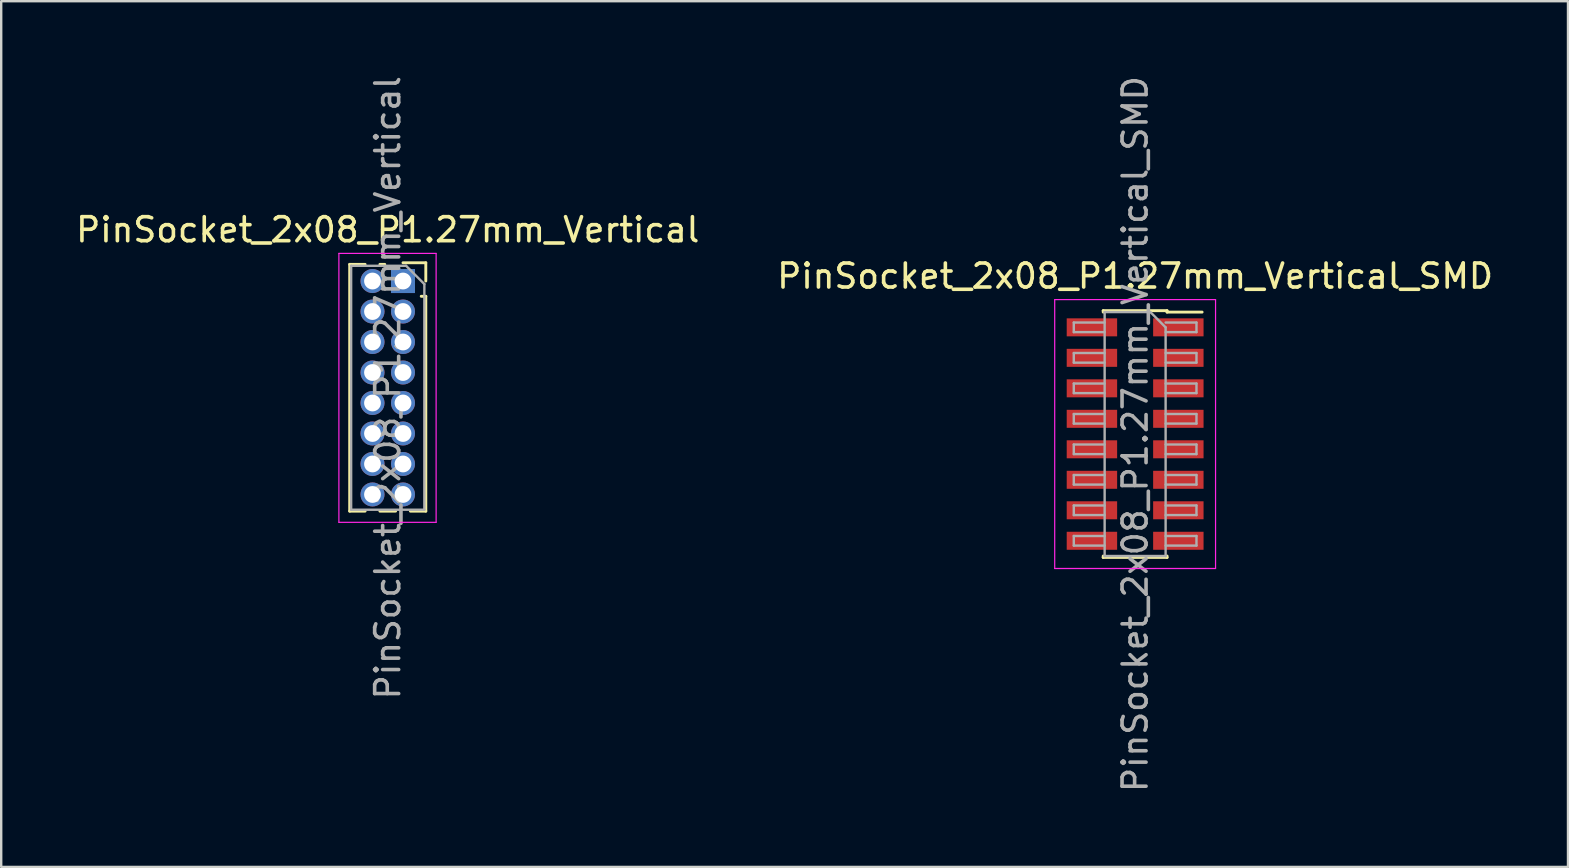
<source format=kicad_pcb>
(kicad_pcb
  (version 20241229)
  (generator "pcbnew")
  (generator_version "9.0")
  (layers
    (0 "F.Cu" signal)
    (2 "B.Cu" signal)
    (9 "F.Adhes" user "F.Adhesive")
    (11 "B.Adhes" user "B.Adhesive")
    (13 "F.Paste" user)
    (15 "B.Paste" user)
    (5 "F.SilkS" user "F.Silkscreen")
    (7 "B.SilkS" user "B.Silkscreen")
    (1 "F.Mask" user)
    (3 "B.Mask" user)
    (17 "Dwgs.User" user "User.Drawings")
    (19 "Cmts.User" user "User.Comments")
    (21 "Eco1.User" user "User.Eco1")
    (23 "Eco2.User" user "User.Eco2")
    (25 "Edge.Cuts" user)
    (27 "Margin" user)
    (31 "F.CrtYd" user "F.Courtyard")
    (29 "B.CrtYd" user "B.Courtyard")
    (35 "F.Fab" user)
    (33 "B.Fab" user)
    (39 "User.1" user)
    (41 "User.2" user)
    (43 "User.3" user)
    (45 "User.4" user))
  (footprint "PinSocket_2x08_P1.27mm_Vertical_SMD"
    (layer "F.Cu")
    (at 44.232 15.03)
    (property "Reference" "PinSocket_2x08_P1.27mm_Vertical_SMD" (at 0 -6.58 0) (layer "F.SilkS") (effects (font (size 1 1) (thickness 0.15))))
    (attr smd)
    (fp_line (start -1.33 -5.14) (end -1.33 -5.08) (stroke (width 0.12) (type solid)) (layer "F.SilkS"))
    (fp_line (start -1.33 -5.14) (end 1.33 -5.14) (stroke (width 0.12) (type solid)) (layer "F.SilkS"))
    (fp_line (start -1.33 5.08) (end -1.33 5.14) (stroke (width 0.12) (type solid)) (layer "F.SilkS"))
    (fp_line (start -1.33 5.14) (end 1.33 5.14) (stroke (width 0.12) (type solid)) (layer "F.SilkS"))
    (fp_line (start 1.33 -5.14) (end 1.33 -5.08) (stroke (width 0.12) (type solid)) (layer "F.SilkS"))
    (fp_line (start 1.33 -5.08) (end 2.79 -5.08) (stroke (width 0.12) (type solid)) (layer "F.SilkS"))
    (fp_line (start 1.33 5.08) (end 1.33 5.14) (stroke (width 0.12) (type solid)) (layer "F.SilkS"))
    (fp_line (start -3.35 -5.6) (end 3.35 -5.6) (stroke (width 0.05) (type solid)) (layer "F.CrtYd"))
    (fp_line (start -3.35 5.6) (end -3.35 -5.6) (stroke (width 0.05) (type solid)) (layer "F.CrtYd"))
    (fp_line (start 3.35 -5.6) (end 3.35 5.6) (stroke (width 0.05) (type solid)) (layer "F.CrtYd"))
    (fp_line (start 3.35 5.6) (end -3.35 5.6) (stroke (width 0.05) (type solid)) (layer "F.CrtYd"))
    (fp_line (start -2.555 -4.645) (end -1.27 -4.645) (stroke (width 0.1) (type solid)) (layer "F.Fab"))
    (fp_line (start -2.555 -4.245) (end -2.555 -4.645) (stroke (width 0.1) (type solid)) (layer "F.Fab"))
    (fp_line (start -2.555 -3.375) (end -1.27 -3.375) (stroke (width 0.1) (type solid)) (layer "F.Fab"))
    (fp_line (start -2.555 -2.975) (end -2.555 -3.375) (stroke (width 0.1) (type solid)) (layer "F.Fab"))
    (fp_line (start -2.555 -2.105) (end -1.27 -2.105) (stroke (width 0.1) (type solid)) (layer "F.Fab"))
    (fp_line (start -2.555 -1.705) (end -2.555 -2.105) (stroke (width 0.1) (type solid)) (layer "F.Fab"))
    (fp_line (start -2.555 -0.835) (end -1.27 -0.835) (stroke (width 0.1) (type solid)) (layer "F.Fab"))
    (fp_line (start -2.555 -0.435) (end -2.555 -0.835) (stroke (width 0.1) (type solid)) (layer "F.Fab"))
    (fp_line (start -2.555 0.435) (end -1.27 0.435) (stroke (width 0.1) (type solid)) (layer "F.Fab"))
    (fp_line (start -2.555 0.835) (end -2.555 0.435) (stroke (width 0.1) (type solid)) (layer "F.Fab"))
    (fp_line (start -2.555 1.705) (end -1.27 1.705) (stroke (width 0.1) (type solid)) (layer "F.Fab"))
    (fp_line (start -2.555 2.105) (end -2.555 1.705) (stroke (width 0.1) (type solid)) (layer "F.Fab"))
    (fp_line (start -2.555 2.975) (end -1.27 2.975) (stroke (width 0.1) (type solid)) (layer "F.Fab"))
    (fp_line (start -2.555 3.375) (end -2.555 2.975) (stroke (width 0.1) (type solid)) (layer "F.Fab"))
    (fp_line (start -2.555 4.245) (end -1.27 4.245) (stroke (width 0.1) (type solid)) (layer "F.Fab"))
    (fp_line (start -2.555 4.645) (end -2.555 4.245) (stroke (width 0.1) (type solid)) (layer "F.Fab"))
    (fp_line (start -1.27 -5.08) (end 0.635 -5.08) (stroke (width 0.1) (type solid)) (layer "F.Fab"))
    (fp_line (start -1.27 -4.245) (end -2.555 -4.245) (stroke (width 0.1) (type solid)) (layer "F.Fab"))
    (fp_line (start -1.27 -2.975) (end -2.555 -2.975) (stroke (width 0.1) (type solid)) (layer "F.Fab"))
    (fp_line (start -1.27 -1.705) (end -2.555 -1.705) (stroke (width 0.1) (type solid)) (layer "F.Fab"))
    (fp_line (start -1.27 -0.435) (end -2.555 -0.435) (stroke (width 0.1) (type solid)) (layer "F.Fab"))
    (fp_line (start -1.27 0.835) (end -2.555 0.835) (stroke (width 0.1) (type solid)) (layer "F.Fab"))
    (fp_line (start -1.27 2.105) (end -2.555 2.105) (stroke (width 0.1) (type solid)) (layer "F.Fab"))
    (fp_line (start -1.27 3.375) (end -2.555 3.375) (stroke (width 0.1) (type solid)) (layer "F.Fab"))
    (fp_line (start -1.27 4.645) (end -2.555 4.645) (stroke (width 0.1) (type solid)) (layer "F.Fab"))
    (fp_line (start -1.27 5.08) (end -1.27 -5.08) (stroke (width 0.1) (type solid)) (layer "F.Fab"))
    (fp_line (start 0.635 -5.08) (end 1.27 -4.445) (stroke (width 0.1) (type solid)) (layer "F.Fab"))
    (fp_line (start 1.27 -4.645) (end 2.555 -4.645) (stroke (width 0.1) (type solid)) (layer "F.Fab"))
    (fp_line (start 1.27 -4.445) (end 1.27 5.08) (stroke (width 0.1) (type solid)) (layer "F.Fab"))
    (fp_line (start 1.27 -3.375) (end 2.555 -3.375) (stroke (width 0.1) (type solid)) (layer "F.Fab"))
    (fp_line (start 1.27 -2.105) (end 2.555 -2.105) (stroke (width 0.1) (type solid)) (layer "F.Fab"))
    (fp_line (start 1.27 -0.835) (end 2.555 -0.835) (stroke (width 0.1) (type solid)) (layer "F.Fab"))
    (fp_line (start 1.27 0.435) (end 2.555 0.435) (stroke (width 0.1) (type solid)) (layer "F.Fab"))
    (fp_line (start 1.27 1.705) (end 2.555 1.705) (stroke (width 0.1) (type solid)) (layer "F.Fab"))
    (fp_line (start 1.27 2.975) (end 2.555 2.975) (stroke (width 0.1) (type solid)) (layer "F.Fab"))
    (fp_line (start 1.27 4.245) (end 2.555 4.245) (stroke (width 0.1) (type solid)) (layer "F.Fab"))
    (fp_line (start 1.27 5.08) (end -1.27 5.08) (stroke (width 0.1) (type solid)) (layer "F.Fab"))
    (fp_line (start 2.555 -4.645) (end 2.555 -4.245) (stroke (width 0.1) (type solid)) (layer "F.Fab"))
    (fp_line (start 2.555 -4.245) (end 1.27 -4.245) (stroke (width 0.1) (type solid)) (layer "F.Fab"))
    (fp_line (start 2.555 -3.375) (end 2.555 -2.975) (stroke (width 0.1) (type solid)) (layer "F.Fab"))
    (fp_line (start 2.555 -2.975) (end 1.27 -2.975) (stroke (width 0.1) (type solid)) (layer "F.Fab"))
    (fp_line (start 2.555 -2.105) (end 2.555 -1.705) (stroke (width 0.1) (type solid)) (layer "F.Fab"))
    (fp_line (start 2.555 -1.705) (end 1.27 -1.705) (stroke (width 0.1) (type solid)) (layer "F.Fab"))
    (fp_line (start 2.555 -0.835) (end 2.555 -0.435) (stroke (width 0.1) (type solid)) (layer "F.Fab"))
    (fp_line (start 2.555 -0.435) (end 1.27 -0.435) (stroke (width 0.1) (type solid)) (layer "F.Fab"))
    (fp_line (start 2.555 0.435) (end 2.555 0.835) (stroke (width 0.1) (type solid)) (layer "F.Fab"))
    (fp_line (start 2.555 0.835) (end 1.27 0.835) (stroke (width 0.1) (type solid)) (layer "F.Fab"))
    (fp_line (start 2.555 1.705) (end 2.555 2.105) (stroke (width 0.1) (type solid)) (layer "F.Fab"))
    (fp_line (start 2.555 2.105) (end 1.27 2.105) (stroke (width 0.1) (type solid)) (layer "F.Fab"))
    (fp_line (start 2.555 2.975) (end 2.555 3.375) (stroke (width 0.1) (type solid)) (layer "F.Fab"))
    (fp_line (start 2.555 3.375) (end 1.27 3.375) (stroke (width 0.1) (type solid)) (layer "F.Fab"))
    (fp_line (start 2.555 4.245) (end 2.555 4.645) (stroke (width 0.1) (type solid)) (layer "F.Fab"))
    (fp_line (start 2.555 4.645) (end 1.27 4.645) (stroke (width 0.1) (type solid)) (layer "F.Fab"))
    (fp_text user "${REFERENCE}" (at 0 0 90) (layer "F.Fab") (effects (font (size 1 1) (thickness 0.15))))
    (pad "1" smd rect (at 1.8 -4.445) (size 2.1 0.75) (layers "F.Cu" "F.Mask" "F.Paste"))
    (pad "2" smd rect (at -1.8 -4.445) (size 2.1 0.75) (layers "F.Cu" "F.Mask" "F.Paste"))
    (pad "3" smd rect (at 1.8 -3.175) (size 2.1 0.75) (layers "F.Cu" "F.Mask" "F.Paste"))
    (pad "4" smd rect (at -1.8 -3.175) (size 2.1 0.75) (layers "F.Cu" "F.Mask" "F.Paste"))
    (pad "5" smd rect (at 1.8 -1.905) (size 2.1 0.75) (layers "F.Cu" "F.Mask" "F.Paste"))
    (pad "6" smd rect (at -1.8 -1.905) (size 2.1 0.75) (layers "F.Cu" "F.Mask" "F.Paste"))
    (pad "7" smd rect (at 1.8 -0.635) (size 2.1 0.75) (layers "F.Cu" "F.Mask" "F.Paste"))
    (pad "8" smd rect (at -1.8 -0.635) (size 2.1 0.75) (layers "F.Cu" "F.Mask" "F.Paste"))
    (pad "9" smd rect (at 1.8 0.635) (size 2.1 0.75) (layers "F.Cu" "F.Mask" "F.Paste"))
    (pad "10" smd rect (at -1.8 0.635) (size 2.1 0.75) (layers "F.Cu" "F.Mask" "F.Paste"))
    (pad "11" smd rect (at 1.8 1.905) (size 2.1 0.75) (layers "F.Cu" "F.Mask" "F.Paste"))
    (pad "12" smd rect (at -1.8 1.905) (size 2.1 0.75) (layers "F.Cu" "F.Mask" "F.Paste"))
    (pad "13" smd rect (at 1.8 3.175) (size 2.1 0.75) (layers "F.Cu" "F.Mask" "F.Paste"))
    (pad "14" smd rect (at -1.8 3.175) (size 2.1 0.75) (layers "F.Cu" "F.Mask" "F.Paste"))
    (pad "15" smd rect (at 1.8 4.445) (size 2.1 0.75) (layers "F.Cu" "F.Mask" "F.Paste"))
    (pad "16" smd rect (at -1.8 4.445) (size 2.1 0.75) (layers "F.Cu" "F.Mask" "F.Paste")))
  (footprint "PinSocket_2x08_P1.27mm_Vertical"
    (layer "F.Cu")
    (at 13.736 8.656)
    (property "Reference" "PinSocket_2x08_P1.27mm_Vertical" (at -0.635 -2.135 0) (layer "F.SilkS") (effects (font (size 1 1) (thickness 0.15))))
    (attr through_hole)
    (fp_line (start -2.22 -0.695) (end -2.22 9.585) (stroke (width 0.12) (type solid)) (layer "F.SilkS"))
    (fp_line (start -2.22 -0.695) (end -1.578 -0.695) (stroke (width 0.12) (type solid)) (layer "F.SilkS"))
    (fp_line (start -2.22 9.585) (end -1.578 9.585) (stroke (width 0.12) (type solid)) (layer "F.SilkS"))
    (fp_line (start -0.962 -0.695) (end -0.76 -0.695) (stroke (width 0.12) (type solid)) (layer "F.SilkS"))
    (fp_line (start -0.962 9.585) (end -0.308 9.585) (stroke (width 0.12) (type solid)) (layer "F.SilkS"))
    (fp_line (start 0 -0.76) (end 0.95 -0.76) (stroke (width 0.12) (type solid)) (layer "F.SilkS"))
    (fp_line (start 0.308 9.585) (end 0.95 9.585) (stroke (width 0.12) (type solid)) (layer "F.SilkS"))
    (fp_line (start 0.76 0.635) (end 0.95 0.635) (stroke (width 0.12) (type solid)) (layer "F.SilkS"))
    (fp_line (start 0.95 -0.76) (end 0.95 0) (stroke (width 0.12) (type solid)) (layer "F.SilkS"))
    (fp_line (start 0.95 0.635) (end 0.95 9.585) (stroke (width 0.12) (type solid)) (layer "F.SilkS"))
    (fp_line (start -2.67 -1.15) (end 1.38 -1.15) (stroke (width 0.05) (type solid)) (layer "F.CrtYd"))
    (fp_line (start -2.67 10.05) (end -2.67 -1.15) (stroke (width 0.05) (type solid)) (layer "F.CrtYd"))
    (fp_line (start 1.38 -1.15) (end 1.38 10.05) (stroke (width 0.05) (type solid)) (layer "F.CrtYd"))
    (fp_line (start 1.38 10.05) (end -2.67 10.05) (stroke (width 0.05) (type solid)) (layer "F.CrtYd"))
    (fp_line (start -2.16 -0.635) (end 0.128 -0.635) (stroke (width 0.1) (type solid)) (layer "F.Fab"))
    (fp_line (start -2.16 9.525) (end -2.16 -0.635) (stroke (width 0.1) (type solid)) (layer "F.Fab"))
    (fp_line (start 0.128 -0.635) (end 0.89 0.128) (stroke (width 0.1) (type solid)) (layer "F.Fab"))
    (fp_line (start 0.89 0.128) (end 0.89 9.525) (stroke (width 0.1) (type solid)) (layer "F.Fab"))
    (fp_line (start 0.89 9.525) (end -2.16 9.525) (stroke (width 0.1) (type solid)) (layer "F.Fab"))
    (fp_text user "${REFERENCE}" (at -0.635 4.445 90) (layer "F.Fab") (effects (font (size 1 1) (thickness 0.15))))
    (pad "1" thru_hole rect (at 0 0) (size 1 1) (drill 0.7) (layers "*.Cu" "*.Mask"))
    (pad "2" thru_hole oval (at -1.27 0) (size 1 1) (drill 0.7) (layers "*.Cu" "*.Mask"))
    (pad "3" thru_hole oval (at 0 1.27) (size 1 1) (drill 0.7) (layers "*.Cu" "*.Mask"))
    (pad "4" thru_hole oval (at -1.27 1.27) (size 1 1) (drill 0.7) (layers "*.Cu" "*.Mask"))
    (pad "5" thru_hole oval (at 0 2.54) (size 1 1) (drill 0.7) (layers "*.Cu" "*.Mask"))
    (pad "6" thru_hole oval (at -1.27 2.54) (size 1 1) (drill 0.7) (layers "*.Cu" "*.Mask"))
    (pad "7" thru_hole oval (at 0 3.81) (size 1 1) (drill 0.7) (layers "*.Cu" "*.Mask"))
    (pad "8" thru_hole oval (at -1.27 3.81) (size 1 1) (drill 0.7) (layers "*.Cu" "*.Mask"))
    (pad "9" thru_hole oval (at 0 5.08) (size 1 1) (drill 0.7) (layers "*.Cu" "*.Mask"))
    (pad "10" thru_hole oval (at -1.27 5.08) (size 1 1) (drill 0.7) (layers "*.Cu" "*.Mask"))
    (pad "11" thru_hole oval (at 0 6.35) (size 1 1) (drill 0.7) (layers "*.Cu" "*.Mask"))
    (pad "12" thru_hole oval (at -1.27 6.35) (size 1 1) (drill 0.7) (layers "*.Cu" "*.Mask"))
    (pad "13" thru_hole oval (at 0 7.62) (size 1 1) (drill 0.7) (layers "*.Cu" "*.Mask"))
    (pad "14" thru_hole oval (at -1.27 7.62) (size 1 1) (drill 0.7) (layers "*.Cu" "*.Mask"))
    (pad "15" thru_hole oval (at 0 8.89) (size 1 1) (drill 0.7) (layers "*.Cu" "*.Mask"))
    (pad "16" thru_hole oval (at -1.27 8.89) (size 1 1) (drill 0.7) (layers "*.Cu" "*.Mask")))
  (gr_rect
    (start -3 -3)
    (end 62.262 33.06)
    (stroke (width 0.1) (type default))
    (fill no)
    (layer "Edge.Cuts")))
</source>
